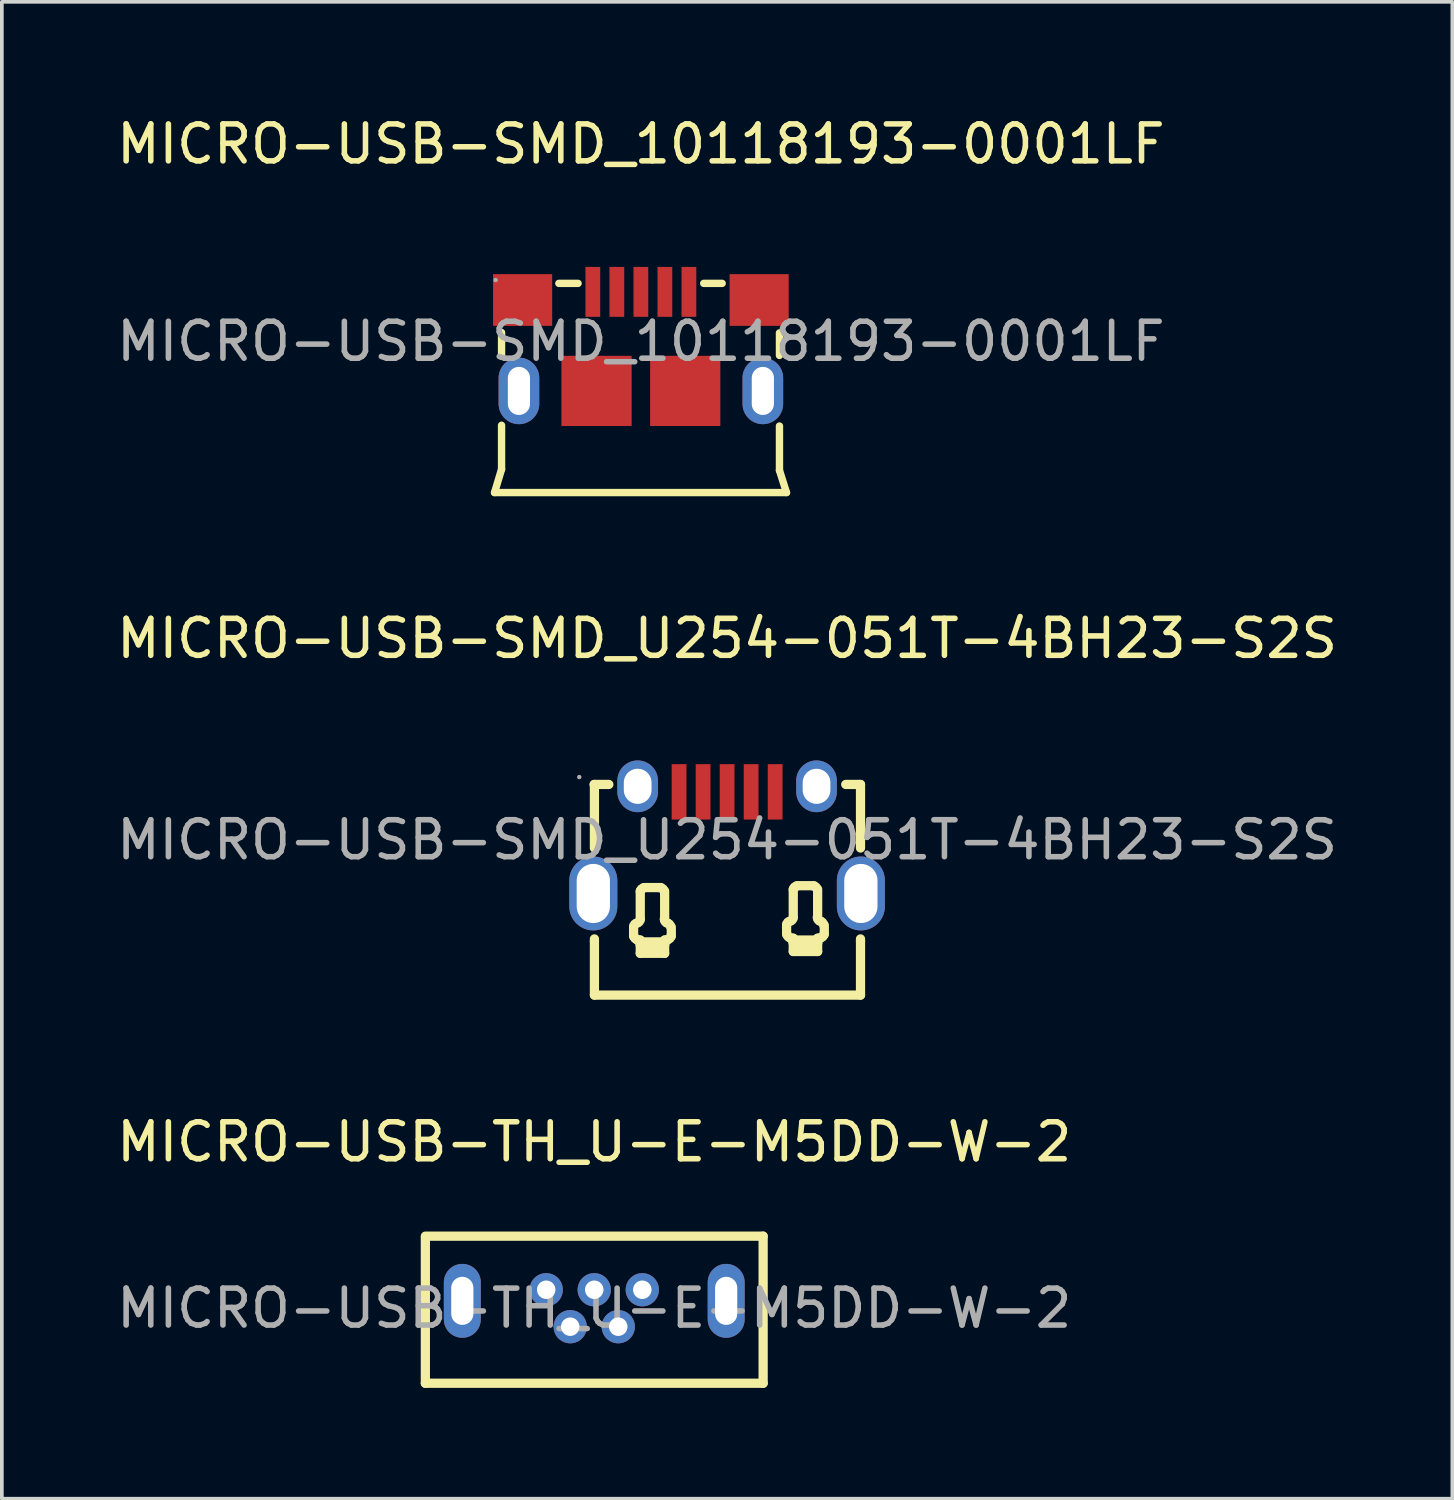
<source format=kicad_pcb>
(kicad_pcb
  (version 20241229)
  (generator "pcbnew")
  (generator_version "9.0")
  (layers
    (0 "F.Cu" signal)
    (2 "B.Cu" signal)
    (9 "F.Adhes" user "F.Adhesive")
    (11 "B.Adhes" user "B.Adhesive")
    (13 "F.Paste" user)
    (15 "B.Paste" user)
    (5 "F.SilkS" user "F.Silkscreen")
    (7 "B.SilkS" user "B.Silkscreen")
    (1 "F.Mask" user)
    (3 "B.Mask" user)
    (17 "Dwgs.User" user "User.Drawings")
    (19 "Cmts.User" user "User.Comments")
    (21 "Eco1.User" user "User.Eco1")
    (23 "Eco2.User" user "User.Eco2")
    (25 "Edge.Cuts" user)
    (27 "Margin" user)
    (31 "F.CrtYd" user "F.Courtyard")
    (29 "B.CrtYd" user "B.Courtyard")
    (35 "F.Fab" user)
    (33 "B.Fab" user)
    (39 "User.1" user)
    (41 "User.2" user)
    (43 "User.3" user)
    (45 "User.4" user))
  (footprint "MICRO-USB-SMD_10118193-0001LF"
    (layer "F.Cu")
    (at 14.292 6.188)
    (property "Reference" "MICRO-USB-SMD_10118193-0001LF" (at 0 -5.34 0) (layer "F.SilkS") (effects (font (size 1 1) (thickness 0.15))))
    (attr smd)
    (fp_line (start -3.96 4.09) (end 3.94 4.09) (stroke (width 0.2) (type solid)) (layer "F.SilkS"))
    (fp_line (start -3.77 -0.24) (end -3.77 0.4) (stroke (width 0.2) (type solid)) (layer "F.SilkS"))
    (fp_line (start -3.77 2.27) (end -3.77 3.46) (stroke (width 0.2) (type solid)) (layer "F.SilkS"))
    (fp_line (start -3.77 3.46) (end -3.96 4.09) (stroke (width 0.2) (type solid)) (layer "F.SilkS"))
    (fp_line (start -2.22 -1.57) (end -1.7 -1.57) (stroke (width 0.2) (type solid)) (layer "F.SilkS"))
    (fp_line (start 1.7 -1.57) (end 2.2 -1.57) (stroke (width 0.2) (type solid)) (layer "F.SilkS"))
    (fp_line (start 3.75 0.38) (end 3.75 -0.23) (stroke (width 0.2) (type solid)) (layer "F.SilkS"))
    (fp_line (start 3.75 3.49) (end 3.75 2.29) (stroke (width 0.2) (type solid)) (layer "F.SilkS"))
    (fp_line (start 3.94 4.09) (end 3.75 3.49) (stroke (width 0.2) (type solid)) (layer "F.SilkS"))
    (fp_circle (center -3.93 -1.66) (end -3.9 -1.66) (stroke (width 0.06) (type solid)) (fill no) (layer "F.Fab"))
    (fp_text user "${REFERENCE}" (at 0 0 0) (layer "F.Fab") (effects (font (size 1 1) (thickness 0.15))))
    (pad "1" smd rect (at -1.3 -1.34) (size 0.4 1.35) (layers "F.Cu" "F.Mask" "F.Paste"))
    (pad "2" smd rect (at -0.65 -1.34) (size 0.4 1.35) (layers "F.Cu" "F.Mask" "F.Paste"))
    (pad "3" smd rect (at 0 -1.34) (size 0.4 1.35) (layers "F.Cu" "F.Mask" "F.Paste"))
    (pad "4" smd rect (at 0.65 -1.34) (size 0.4 1.35) (layers "F.Cu" "F.Mask" "F.Paste"))
    (pad "5" smd rect (at 1.3 -1.34) (size 0.4 1.35) (layers "F.Cu" "F.Mask" "F.Paste"))
    (pad "6" thru_hole oval (at -3.3 1.34) (size 1.1 1.8) (drill oval 0.6 1.3) (layers "*.Cu" "*.Paste" "*.Mask"))
    (pad "6" thru_hole oval (at 3.3 1.34) (size 1.1 1.8) (drill oval 0.6 1.3) (layers "*.Cu" "*.Paste" "*.Mask"))
    (pad "7" smd rect (at -3.2 -1.12 180) (size 1.6 1.4) (layers "F.Cu" "F.Mask" "F.Paste"))
    (pad "7" smd rect (at -1.2 1.34 180) (size 1.9 1.9) (layers "F.Cu" "F.Mask" "F.Paste"))
    (pad "8" smd rect (at 1.2 1.34 180) (size 1.9 1.9) (layers "F.Cu" "F.Mask" "F.Paste"))
    (pad "8" smd rect (at 3.2 -1.12 180) (size 1.6 1.4) (layers "F.Cu" "F.Mask" "F.Paste")))
  (footprint "MICRO-USB-SMD_U254-051T-4BH23-S2S"
    (layer "F.Cu")
    (at 16.625 19.677)
    (property "Reference" "MICRO-USB-SMD_U254-051T-4BH23-S2S" (at 0 -5.45 0) (layer "F.SilkS") (effects (font (size 1 1) (thickness 0.15))))
    (attr smd)
    (fp_line (start -3.59 0.22) (end -3.59 -1.5) (stroke (width 0.25) (type solid)) (layer "F.SilkS"))
    (fp_line (start -3.59 2.75) (end -3.59 2.68) (stroke (width 0.25) (type solid)) (layer "F.SilkS"))
    (fp_line (start -3.59 4.2) (end -3.59 2.75) (stroke (width 0.25) (type solid)) (layer "F.SilkS"))
    (fp_line (start -3.2 -1.5) (end -3.6 -1.5) (stroke (width 0.25) (type solid)) (layer "F.SilkS"))
    (fp_line (start -2.53 2.61) (end -2.53 2.36) (stroke (width 0.25) (type solid)) (layer "F.SilkS"))
    (fp_line (start -2.43 2.71) (end -2.35 2.71) (stroke (width 0.25) (type solid)) (layer "F.SilkS"))
    (fp_line (start -2.35 2.15) (end -2.35 1.39) (stroke (width 0.25) (type solid)) (layer "F.SilkS"))
    (fp_line (start -2.35 2.71) (end -2.35 2.76) (stroke (width 0.25) (type solid)) (layer "F.SilkS"))
    (fp_line (start -2.35 2.76) (end -2.35 2.84) (stroke (width 0.25) (type solid)) (layer "F.SilkS"))
    (fp_line (start -2.35 2.84) (end -2.35 3.07) (stroke (width 0.25) (type solid)) (layer "F.SilkS"))
    (fp_line (start -2.35 3.07) (end -1.69 3.07) (stroke (width 0.25) (type solid)) (layer "F.SilkS"))
    (fp_line (start -2.25 1.29) (end -1.79 1.29) (stroke (width 0.25) (type solid)) (layer "F.SilkS"))
    (fp_line (start -1.69 1.39) (end -1.69 2.15) (stroke (width 0.25) (type solid)) (layer "F.SilkS"))
    (fp_line (start -1.69 2.71) (end -1.69 2.76) (stroke (width 0.25) (type solid)) (layer "F.SilkS"))
    (fp_line (start -1.69 2.76) (end -2.35 2.76) (stroke (width 0.25) (type solid)) (layer "F.SilkS"))
    (fp_line (start -1.69 2.84) (end -2.35 2.84) (stroke (width 0.25) (type solid)) (layer "F.SilkS"))
    (fp_line (start -1.69 2.84) (end -1.69 2.76) (stroke (width 0.25) (type solid)) (layer "F.SilkS"))
    (fp_line (start -1.69 3.07) (end -1.69 2.84) (stroke (width 0.25) (type solid)) (layer "F.SilkS"))
    (fp_line (start -1.62 2.71) (end -1.69 2.71) (stroke (width 0.25) (type solid)) (layer "F.SilkS"))
    (fp_line (start -1.51 2.36) (end -1.51 2.61) (stroke (width 0.25) (type solid)) (layer "F.SilkS"))
    (fp_line (start 1.61 2.56) (end 1.61 2.31) (stroke (width 0.25) (type solid)) (layer "F.SilkS"))
    (fp_line (start 1.71 2.66) (end 1.79 2.66) (stroke (width 0.25) (type solid)) (layer "F.SilkS"))
    (fp_line (start 1.79 2.1) (end 1.79 1.34) (stroke (width 0.25) (type solid)) (layer "F.SilkS"))
    (fp_line (start 1.79 2.66) (end 1.79 2.71) (stroke (width 0.25) (type solid)) (layer "F.SilkS"))
    (fp_line (start 1.79 2.71) (end 1.79 2.79) (stroke (width 0.25) (type solid)) (layer "F.SilkS"))
    (fp_line (start 1.79 2.79) (end 1.79 3.02) (stroke (width 0.25) (type solid)) (layer "F.SilkS"))
    (fp_line (start 1.79 3.02) (end 2.45 3.02) (stroke (width 0.25) (type solid)) (layer "F.SilkS"))
    (fp_line (start 1.89 1.24) (end 2.35 1.24) (stroke (width 0.25) (type solid)) (layer "F.SilkS"))
    (fp_line (start 2.45 1.34) (end 2.45 2.1) (stroke (width 0.25) (type solid)) (layer "F.SilkS"))
    (fp_line (start 2.45 2.66) (end 2.45 2.71) (stroke (width 0.25) (type solid)) (layer "F.SilkS"))
    (fp_line (start 2.45 2.71) (end 1.79 2.71) (stroke (width 0.25) (type solid)) (layer "F.SilkS"))
    (fp_line (start 2.45 2.79) (end 1.79 2.79) (stroke (width 0.25) (type solid)) (layer "F.SilkS"))
    (fp_line (start 2.45 2.79) (end 2.45 2.71) (stroke (width 0.25) (type solid)) (layer "F.SilkS"))
    (fp_line (start 2.45 3.02) (end 2.45 2.79) (stroke (width 0.25) (type solid)) (layer "F.SilkS"))
    (fp_line (start 2.52 2.66) (end 2.45 2.66) (stroke (width 0.25) (type solid)) (layer "F.SilkS"))
    (fp_line (start 2.63 2.31) (end 2.63 2.56) (stroke (width 0.25) (type solid)) (layer "F.SilkS"))
    (fp_line (start 3.61 -1.5) (end 3.21 -1.5) (stroke (width 0.25) (type solid)) (layer "F.SilkS"))
    (fp_line (start 3.61 0.22) (end 3.61 -1.5) (stroke (width 0.25) (type solid)) (layer "F.SilkS"))
    (fp_line (start 3.61 2.75) (end 3.61 2.68) (stroke (width 0.25) (type solid)) (layer "F.SilkS"))
    (fp_line (start 3.61 4.2) (end -3.59 4.2) (stroke (width 0.25) (type solid)) (layer "F.SilkS"))
    (fp_line (start 3.61 4.2) (end 3.61 2.75) (stroke (width 0.25) (type solid)) (layer "F.SilkS"))
    (fp_arc (start -2.53 2.35) (mid -2.500711 2.279289) (end -2.43 2.25) (stroke (width 0.25) (type solid)) (layer "F.SilkS"))
    (fp_arc (start -2.42 2.7) (mid -2.490711 2.670711) (end -2.52 2.6) (stroke (width 0.25) (type solid)) (layer "F.SilkS"))
    (fp_arc (start -2.35 1.4) (mid -2.320711 1.329289) (end -2.25 1.3) (stroke (width 0.25) (type solid)) (layer "F.SilkS"))
    (fp_arc (start -2.35 2.15) (mid -2.376007 2.217269) (end -2.440502 2.249548) (stroke (width 0.25) (type solid)) (layer "F.SilkS"))
    (fp_arc (start -1.8 1.3) (mid -1.729289 1.329289) (end -1.7 1.4) (stroke (width 0.25) (type solid)) (layer "F.SilkS"))
    (fp_arc (start -1.63 2.25) (mid -1.559289 2.279289) (end -1.53 2.35) (stroke (width 0.25) (type solid)) (layer "F.SilkS"))
    (fp_arc (start -1.61 2.25) (mid -1.674668 2.217266) (end -1.700498 2.149543) (stroke (width 0.25) (type solid)) (layer "F.SilkS"))
    (fp_arc (start -1.52 2.6) (mid -1.549289 2.670711) (end -1.62 2.7) (stroke (width 0.25) (type solid)) (layer "F.SilkS"))
    (fp_arc (start 1.61 2.3) (mid 1.639289 2.229289) (end 1.71 2.2) (stroke (width 0.25) (type solid)) (layer "F.SilkS"))
    (fp_arc (start 1.72 2.65) (mid 1.649289 2.620711) (end 1.62 2.55) (stroke (width 0.25) (type solid)) (layer "F.SilkS"))
    (fp_arc (start 1.79 1.35) (mid 1.819289 1.279289) (end 1.89 1.25) (stroke (width 0.25) (type solid)) (layer "F.SilkS"))
    (fp_arc (start 1.79 2.1) (mid 1.763993 2.167269) (end 1.699498 2.199548) (stroke (width 0.25) (type solid)) (layer "F.SilkS"))
    (fp_arc (start 2.34 1.25) (mid 2.410711 1.279289) (end 2.44 1.35) (stroke (width 0.25) (type solid)) (layer "F.SilkS"))
    (fp_arc (start 2.51 2.2) (mid 2.580711 2.229289) (end 2.61 2.3) (stroke (width 0.25) (type solid)) (layer "F.SilkS"))
    (fp_arc (start 2.53 2.2) (mid 2.465332 2.167266) (end 2.439502 2.099543) (stroke (width 0.25) (type solid)) (layer "F.SilkS"))
    (fp_arc (start 2.62 2.55) (mid 2.590711 2.620711) (end 2.52 2.65) (stroke (width 0.25) (type solid)) (layer "F.SilkS"))
    (fp_circle (center -4 -1.7) (end -3.97 -1.7) (stroke (width 0.06) (type solid)) (fill no) (layer "F.Fab"))
    (fp_text user "${REFERENCE}" (at 0 0 0) (layer "F.Fab") (effects (font (size 1 1) (thickness 0.15))))
    (pad "1" smd rect (at -1.3 -1.3 270) (size 1.5 0.4) (layers "F.Cu" "F.Mask" "F.Paste"))
    (pad "2" smd rect (at -0.65 -1.3 90) (size 1.5 0.4) (layers "F.Cu" "F.Mask" "F.Paste"))
    (pad "3" smd rect (at 0 -1.3 90) (size 1.5 0.4) (layers "F.Cu" "F.Mask" "F.Paste"))
    (pad "4" smd rect (at 0.65 -1.3 90) (size 1.5 0.4) (layers "F.Cu" "F.Mask" "F.Paste"))
    (pad "5" smd rect (at 1.3 -1.3 90) (size 1.5 0.4) (layers "F.Cu" "F.Mask" "F.Paste"))
    (pad "6" thru_hole oval (at -3.62 1.45 90) (size 2 1.3) (drill oval 1.6 0.9) (layers "*.Cu" "*.Paste" "*.Mask"))
    (pad "6" thru_hole oval (at -2.42 -1.45 90) (size 1.4 1.1) (drill oval 0.95 0.75) (layers "*.Cu" "*.Paste" "*.Mask"))
    (pad "6" thru_hole oval (at 2.42 -1.45 90) (size 1.4 1.1) (drill oval 0.95 0.75) (layers "*.Cu" "*.Paste" "*.Mask"))
    (pad "6" thru_hole oval (at 3.62 1.45 90) (size 2 1.3) (drill oval 1.6 0.9) (layers "*.Cu" "*.Paste" "*.Mask")))
  (footprint "MICRO-USB-TH_U-E-M5DD-W-2"
    (layer "F.Cu")
    (at 13.03 32.35)
    (property "Reference" "MICRO-USB-TH_U-E-M5DD-W-2" (at 0 -4.5 0) (layer "F.SilkS") (effects (font (size 1 1) (thickness 0.15))))
    (attr smd)
    (fp_line (start -4.57 2.03) (end -4.57 -1.91) (stroke (width 0.25) (type solid)) (layer "F.SilkS"))
    (fp_line (start -4.57 2.03) (end 4.57 2.03) (stroke (width 0.25) (type solid)) (layer "F.SilkS"))
    (fp_line (start 4.57 -1.95) (end -4.57 -1.95) (stroke (width 0.25) (type solid)) (layer "F.SilkS"))
    (fp_line (start 4.57 2.03) (end 4.57 -1.95) (stroke (width 0.25) (type solid)) (layer "F.SilkS"))
    (fp_text user "${REFERENCE}" (at 0 0 0) (layer "F.Fab") (effects (font (size 1 1) (thickness 0.15))))
    (pad "1" thru_hole circle (at -1.3 -0.5) (size 0.9 0.9) (drill 0.5) (layers "*.Cu" "*.Paste" "*.Mask"))
    (pad "2" thru_hole circle (at -0.65 0.5) (size 0.9 0.9) (drill 0.5) (layers "*.Cu" "*.Paste" "*.Mask"))
    (pad "3" thru_hole circle (at 0 -0.5) (size 0.9 0.9) (drill 0.5) (layers "*.Cu" "*.Paste" "*.Mask"))
    (pad "4" thru_hole circle (at 0.65 0.5) (size 0.9 0.9) (drill 0.5) (layers "*.Cu" "*.Paste" "*.Mask"))
    (pad "5" thru_hole circle (at 1.3 -0.5) (size 0.9 0.9) (drill 0.5) (layers "*.Cu" "*.Paste" "*.Mask"))
    (pad "6" thru_hole oval (at -3.57 -0.2) (size 1 2) (drill oval 0.6 1.3) (layers "*.Cu" "*.Paste" "*.Mask"))
    (pad "7" thru_hole oval (at 3.57 -0.2) (size 1 2) (drill oval 0.6 1.3) (layers "*.Cu" "*.Paste" "*.Mask")))
  (gr_rect
    (start -3 -3)
    (end 36.25 37.505)
    (stroke (width 0.1) (type default))
    (fill no)
    (layer "Edge.Cuts")))
</source>
